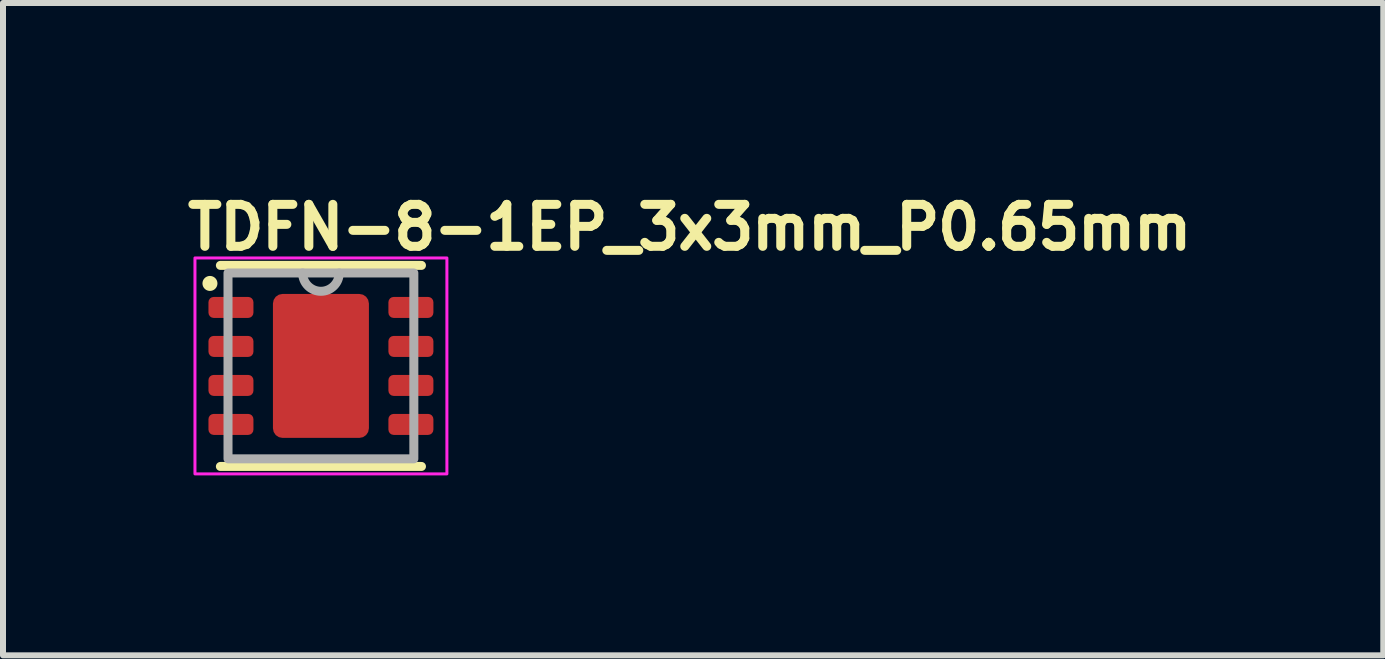
<source format=kicad_pcb>
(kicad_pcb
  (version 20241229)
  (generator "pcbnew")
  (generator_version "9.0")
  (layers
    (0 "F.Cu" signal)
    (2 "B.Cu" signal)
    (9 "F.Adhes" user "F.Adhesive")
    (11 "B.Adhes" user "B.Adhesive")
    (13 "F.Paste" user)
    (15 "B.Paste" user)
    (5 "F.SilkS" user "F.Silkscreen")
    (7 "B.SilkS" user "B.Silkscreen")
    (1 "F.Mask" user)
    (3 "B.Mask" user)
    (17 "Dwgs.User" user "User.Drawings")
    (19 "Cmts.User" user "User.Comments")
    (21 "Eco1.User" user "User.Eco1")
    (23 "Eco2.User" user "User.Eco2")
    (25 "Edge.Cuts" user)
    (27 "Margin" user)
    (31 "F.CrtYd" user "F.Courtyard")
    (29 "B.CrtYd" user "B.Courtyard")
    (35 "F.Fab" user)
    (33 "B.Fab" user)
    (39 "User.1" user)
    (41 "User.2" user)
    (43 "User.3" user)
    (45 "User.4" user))
  (footprint "TDFN-8-1EP_3x3mm_P0.65mm"
    (layer "F.Cu")
    (at 2.3 3.05)
    (property "Reference" "TDFN-8-1EP_3x3mm_P0.65mm" (at -2.3 -1.9 0) (unlocked yes) (layer "F.SilkS") (effects (font (size 0.7 0.7) (thickness 0.15)) (justify left bottom)))
    (attr smd)
    (fp_line (start -1.676 1.676) (end 1.676 1.676) (stroke (width 0.15) (type solid)) (layer "F.SilkS"))
    (fp_line (start 1.676 -1.676) (end -1.676 -1.676) (stroke (width 0.15) (type solid)) (layer "F.SilkS"))
    (fp_circle (center -1.85 -1.375) (end -1.8 -1.375) (stroke (width 0.15) (type solid)) (fill yes) (layer "F.SilkS"))
    (fp_rect (start -2.1 -1.8) (end 2.1 1.8) (stroke (width 0.05) (type solid)) (fill no) (layer "F.CrtYd"))
    (fp_rect (start -1.549 -1.549) (end 1.549 1.549) (stroke (width 0.15) (type solid)) (fill no) (layer "F.Fab"))
    (fp_arc (start 0.305 -1.549) (mid 0 -1.245) (end -0.305 -1.549) (stroke (width 0.15) (type solid)) (layer "F.Fab"))
    (fp_rect (start -1.549 -1.549) (end 1.549 1.549) (stroke (width 0.1) (type solid)) (fill no) (layer "User.5"))
    (fp_line (start -1.549 -1.549) (end -1.549 1.549) (stroke (width 0.02) (type solid)) (layer "User.9"))
    (fp_line (start -1.549 1.549) (end 1.549 1.549) (stroke (width 0.02) (type solid)) (layer "User.9"))
    (fp_line (start -1.317 -0.975) (end -1.314 -0.951) (stroke (width 0.02) (type solid)) (layer "User.9"))
    (fp_line (start -1.314 -0.999) (end -1.317 -0.975) (stroke (width 0.02) (type solid)) (layer "User.9"))
    (fp_line (start -1.314 -0.951) (end -1.303 -0.929) (stroke (width 0.02) (type solid)) (layer "User.9"))
    (fp_line (start -1.303 -1.021) (end -1.314 -0.999) (stroke (width 0.02) (type solid)) (layer "User.9"))
    (fp_line (start -1.303 -0.929) (end -1.286 -0.912) (stroke (width 0.02) (type solid)) (layer "User.9"))
    (fp_line (start -1.286 -1.038) (end -1.303 -1.021) (stroke (width 0.02) (type solid)) (layer "User.9"))
    (fp_line (start -1.286 -0.912) (end -1.264 -0.901) (stroke (width 0.02) (type solid)) (layer "User.9"))
    (fp_line (start -1.264 -1.049) (end -1.286 -1.038) (stroke (width 0.02) (type solid)) (layer "User.9"))
    (fp_line (start -1.264 -0.901) (end -1.24 -0.898) (stroke (width 0.02) (type solid)) (layer "User.9"))
    (fp_line (start -1.24 -1.052) (end -1.264 -1.049) (stroke (width 0.02) (type solid)) (layer "User.9"))
    (fp_line (start -1.24 -0.898) (end -1.216 -0.901) (stroke (width 0.02) (type solid)) (layer "User.9"))
    (fp_line (start -1.216 -1.049) (end -1.24 -1.052) (stroke (width 0.02) (type solid)) (layer "User.9"))
    (fp_line (start -1.216 -0.901) (end -1.194 -0.912) (stroke (width 0.02) (type solid)) (layer "User.9"))
    (fp_line (start -1.194 -1.038) (end -1.216 -1.049) (stroke (width 0.02) (type solid)) (layer "User.9"))
    (fp_line (start -1.194 -0.912) (end -1.177 -0.929) (stroke (width 0.02) (type solid)) (layer "User.9"))
    (fp_line (start -1.177 -1.021) (end -1.194 -1.038) (stroke (width 0.02) (type solid)) (layer "User.9"))
    (fp_line (start -1.177 -0.929) (end -1.166 -0.951) (stroke (width 0.02) (type solid)) (layer "User.9"))
    (fp_line (start -1.166 -0.999) (end -1.177 -1.021) (stroke (width 0.02) (type solid)) (layer "User.9"))
    (fp_line (start -1.166 -0.951) (end -1.163 -0.975) (stroke (width 0.02) (type solid)) (layer "User.9"))
    (fp_line (start -1.163 -0.975) (end -1.166 -0.999) (stroke (width 0.02) (type solid)) (layer "User.9"))
    (fp_line (start 1.549 -1.549) (end -1.549 -1.549) (stroke (width 0.02) (type solid)) (layer "User.9"))
    (fp_line (start 1.549 1.549) (end 1.549 -1.549) (stroke (width 0.02) (type solid)) (layer "User.9"))
    (pad "1" smd roundrect (at -1.5 -0.975) (size 0.75 0.35) (layers "F.Cu" "F.Mask" "F.Paste") (roundrect_rratio 0.25))
    (pad "2" smd roundrect (at -1.5 -0.325) (size 0.75 0.35) (layers "F.Cu" "F.Mask" "F.Paste") (roundrect_rratio 0.25))
    (pad "3" smd roundrect (at -1.5 0.325) (size 0.75 0.35) (layers "F.Cu" "F.Mask" "F.Paste") (roundrect_rratio 0.25))
    (pad "4" smd roundrect (at -1.5 0.975) (size 0.75 0.35) (layers "F.Cu" "F.Mask" "F.Paste") (roundrect_rratio 0.25))
    (pad "5" smd roundrect (at 1.5 0.975) (size 0.75 0.35) (layers "F.Cu" "F.Mask" "F.Paste") (roundrect_rratio 0.25))
    (pad "6" smd roundrect (at 1.5 0.325) (size 0.75 0.35) (layers "F.Cu" "F.Mask" "F.Paste") (roundrect_rratio 0.25))
    (pad "7" smd roundrect (at 1.5 -0.325) (size 0.75 0.35) (layers "F.Cu" "F.Mask" "F.Paste") (roundrect_rratio 0.25))
    (pad "8" smd roundrect (at 1.5 -0.975) (size 0.75 0.35) (layers "F.Cu" "F.Mask" "F.Paste") (roundrect_rratio 0.25))
    (pad "9" smd roundrect (at 0 0) (size 1.6 2.4) (layers "F.Cu" "F.Mask" "F.Paste") (roundrect_rratio 0.1)))
  (gr_rect
    (start -3 -3)
    (end 20.01 7.875)
    (stroke (width 0.1) (type default))
    (fill no)
    (layer "Edge.Cuts")))
</source>
